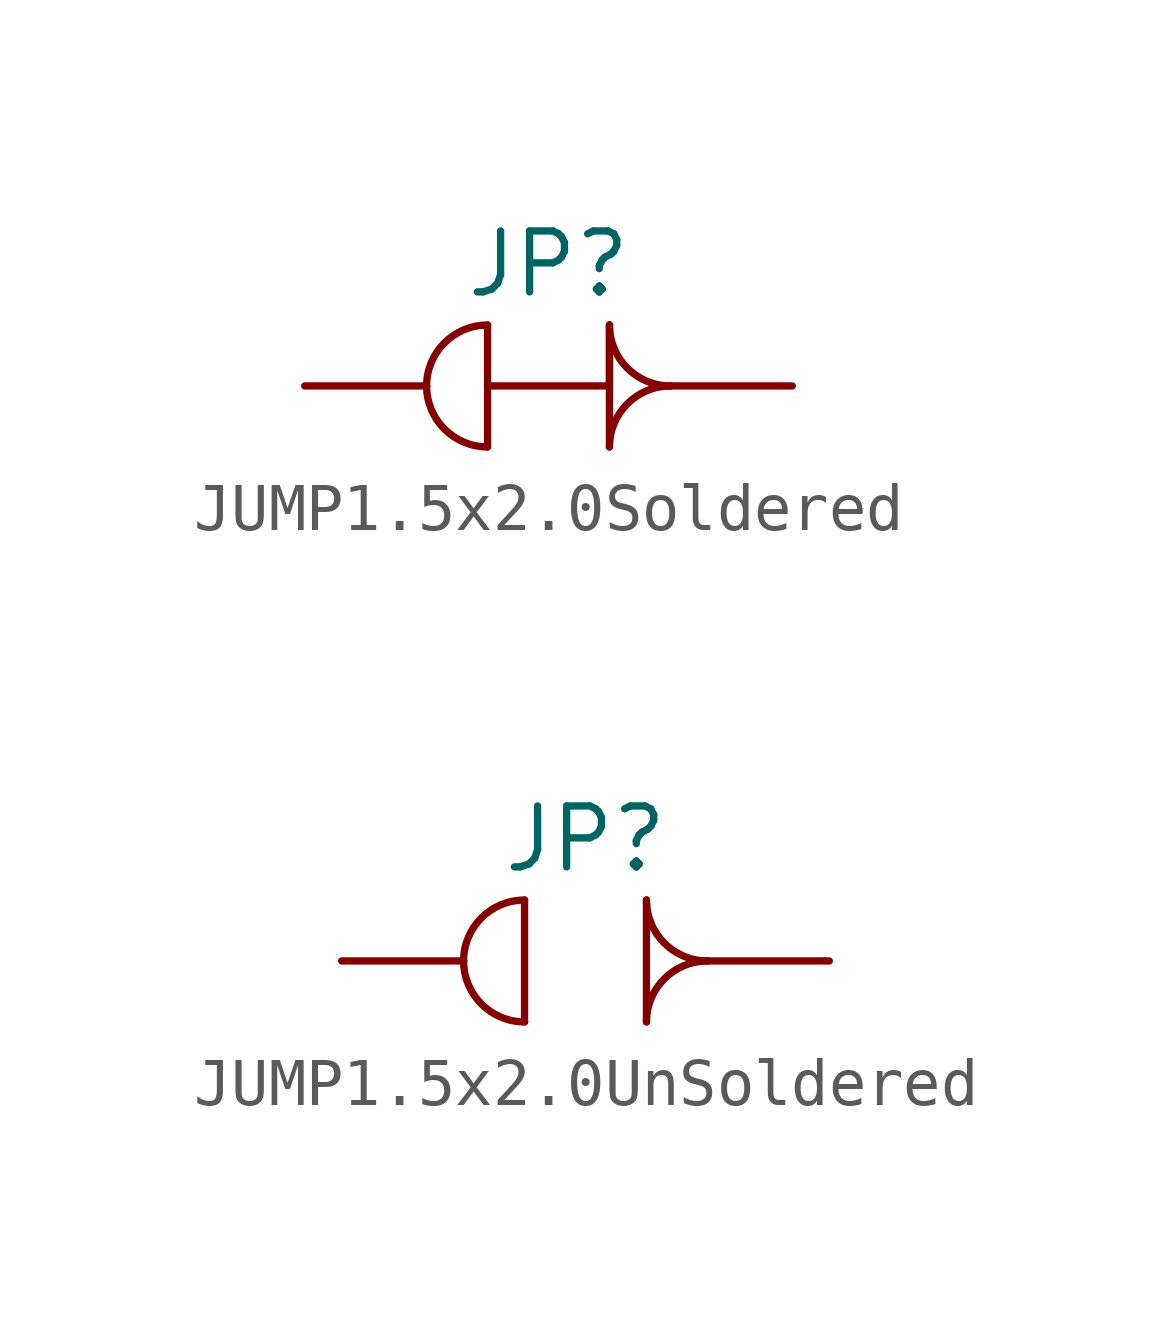
<source format=kicad_sym>
(kicad_symbol_lib
  (version 20211014)
  (generator kicad_symbol_editor)
  (symbol "JUMP1.5x2.0Soldered"
    (pin_numbers hide)
    (pin_names hide)
    (property "Reference" "JP"
      (at 0 0 0)
      (effects (font (size 1.27 1.27))))
    (symbol "JUMP1.5x2.0Soldered_0_1"
      (arc (start -2.54 -2.54) (mid -2.168 -3.438) (end -1.27 -3.81) (stroke (width 0) (type default) (color 0 0 0 0)) (fill (type none)))
      (arc (start -1.27 -1.27) (mid -2.168 -1.642) (end -2.54 -2.54) (stroke (width 0) (type default) (color 0 0 0 0)) (fill (type none)))
      (polyline (pts (xy 1.27 -3.81) (xy 1.27 -1.27)) (stroke (width 0) (type default) (color 0 0 0 0)) (fill (type none)))
      (polyline (pts (xy -1.27 -3.81) (xy -1.27 -1.27) (xy -1.27 -2.54)) (stroke (width 0) (type default) (color 0 0 0 0)) (fill (type none)))
      (polyline (pts (xy -1.27 -2.54) (xy 1.27 -2.54) (xy 1.27 -1.27)) (stroke (width 0) (type default) (color 0 0 0 0)) (fill (type none)))
      (arc (start 1.27 -1.27) (mid 0.372 -3.438) (end 2.54 -2.54) (stroke (width 0) (type default) (color 0 0 0 0)) (fill (type none)))
      (arc (start 2.54 -2.54) (mid 0.372 -1.642) (end 1.27 -3.81) (stroke (width 0) (type default) (color 0 0 0 0)) (fill (type none))))
    (symbol "JUMP1.5x2.0Soldered_1_1"
      (pin passive line (at 5.08 -2.54 180) (length 2.54) (name "" (effects (font (size 1.27 1.27)))) (number "1" (effects (font (size 1.27 1.27)))))
      (pin passive line (at -5.08 -2.54 0) (length 2.54) (name "" (effects (font (size 1.27 1.27)))) (number "2" (effects (font (size 1.27 1.27)))))))
  (symbol "JUMP1.5x2.0UnSoldered"
    (pin_numbers hide)
    (pin_names hide)
    (property "Reference" "JP"
      (at 0 0 0)
      (effects (font (size 1.27 1.27))))
    (symbol "JUMP1.5x2.0UnSoldered_0_1"
      (arc (start -2.54 -2.54) (mid -2.168 -3.438) (end -1.27 -3.81) (stroke (width 0) (type default) (color 0 0 0 0)) (fill (type none)))
      (arc (start -1.27 -1.27) (mid -2.168 -1.642) (end -2.54 -2.54) (stroke (width 0) (type default) (color 0 0 0 0)) (fill (type none)))
      (polyline (pts (xy 1.27 -3.81) (xy 1.27 -1.27)) (stroke (width 0) (type default) (color 0 0 0 0)) (fill (type none)))
      (polyline (pts (xy -1.27 -3.81) (xy -1.27 -1.27) (xy -1.27 -2.54)) (stroke (width 0) (type default) (color 0 0 0 0)) (fill (type none)))
      (arc (start 1.27 -1.27) (mid 0.372 -3.438) (end 2.54 -2.54) (stroke (width 0) (type default) (color 0 0 0 0)) (fill (type none)))
      (arc (start 2.54 -2.54) (mid 0.372 -1.642) (end 1.27 -3.81) (stroke (width 0) (type default) (color 0 0 0 0)) (fill (type none))))
    (symbol "JUMP1.5x2.0UnSoldered_1_1"
      (pin passive line (at 5.08 -2.54 180) (length 2.54) (name "" (effects (font (size 1.27 1.27)))) (number "1" (effects (font (size 1.27 1.27)))))
      (pin passive line (at -5.08 -2.54 0) (length 2.54) (name "" (effects (font (size 1.27 1.27)))) (number "2" (effects (font (size 1.27 1.27))))))))
</source>
